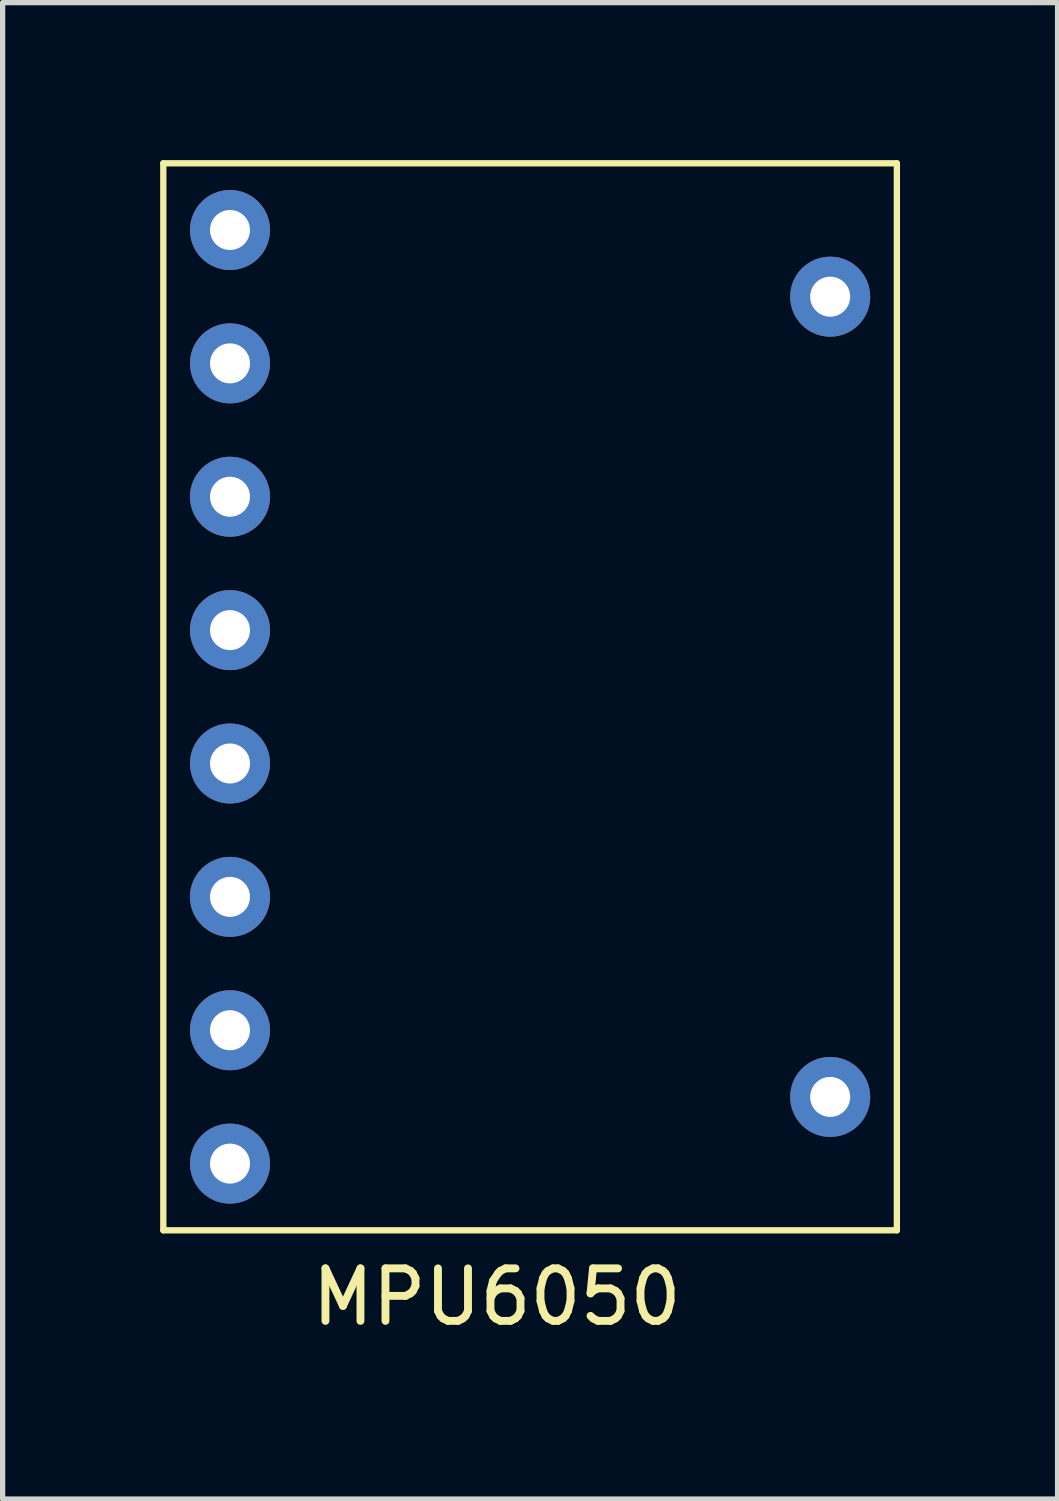
<source format=kicad_pcb>
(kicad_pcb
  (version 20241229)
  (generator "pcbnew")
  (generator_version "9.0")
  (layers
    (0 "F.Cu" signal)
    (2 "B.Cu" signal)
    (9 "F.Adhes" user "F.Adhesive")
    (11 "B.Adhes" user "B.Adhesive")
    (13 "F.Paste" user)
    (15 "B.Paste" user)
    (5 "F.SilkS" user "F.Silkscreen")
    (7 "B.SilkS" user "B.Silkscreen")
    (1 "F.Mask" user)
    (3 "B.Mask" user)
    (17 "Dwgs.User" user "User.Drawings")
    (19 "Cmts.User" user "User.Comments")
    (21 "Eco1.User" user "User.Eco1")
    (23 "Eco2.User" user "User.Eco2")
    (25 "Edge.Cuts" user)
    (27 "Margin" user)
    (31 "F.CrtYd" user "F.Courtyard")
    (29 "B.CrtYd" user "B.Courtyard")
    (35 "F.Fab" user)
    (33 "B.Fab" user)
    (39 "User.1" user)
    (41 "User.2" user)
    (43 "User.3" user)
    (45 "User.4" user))
  (footprint "MPU6050"
    (layer "F.Cu")
    (at 6.41 11.49)
    (property "Reference" "MPU6050" (at 0 10.16 0) (layer "F.SilkS") (effects (font (size 1 1) (thickness 0.15))))
    (attr through_hole)
    (fp_line (start -6.35 -11.43) (end -6.35 8.89) (stroke (width 0.12) (type solid)) (layer "F.SilkS"))
    (fp_line (start -6.35 8.89) (end 7.62 8.89) (stroke (width 0.12) (type solid)) (layer "F.SilkS"))
    (fp_line (start 7.62 -11.43) (end -6.35 -11.43) (stroke (width 0.12) (type solid)) (layer "F.SilkS"))
    (fp_line (start 7.62 8.89) (end 7.62 -11.43) (stroke (width 0.12) (type solid)) (layer "F.SilkS"))
    (pad "" np_thru_hole circle (at 6.35 -8.89) (size 1.524 1.524) (drill 0.762) (layers "*.Cu" "*.Mask"))
    (pad "" np_thru_hole circle (at 6.35 6.35) (size 1.524 1.524) (drill 0.762) (layers "*.Cu" "*.Mask"))
    (pad "1" thru_hole circle (at -5.08 -10.16) (size 1.524 1.524) (drill 0.762) (layers "*.Cu" "*.Mask"))
    (pad "2" thru_hole circle (at -5.08 -7.62) (size 1.524 1.524) (drill 0.762) (layers "*.Cu" "*.Mask"))
    (pad "3" thru_hole circle (at -5.08 -5.08) (size 1.524 1.524) (drill 0.762) (layers "*.Cu" "*.Mask"))
    (pad "4" thru_hole circle (at -5.08 -2.54) (size 1.524 1.524) (drill 0.762) (layers "*.Cu" "*.Mask"))
    (pad "5" thru_hole circle (at -5.08 0) (size 1.524 1.524) (drill 0.762) (layers "*.Cu" "*.Mask"))
    (pad "6" thru_hole circle (at -5.08 2.54) (size 1.524 1.524) (drill 0.762) (layers "*.Cu" "*.Mask"))
    (pad "7" thru_hole circle (at -5.08 5.08) (size 1.524 1.524) (drill 0.762) (layers "*.Cu" "*.Mask"))
    (pad "8" thru_hole circle (at -5.08 7.62) (size 1.524 1.524) (drill 0.762) (layers "*.Cu" "*.Mask")))
  (gr_rect
    (start -3 -3)
    (end 17.09 25.498)
    (stroke (width 0.1) (type default))
    (fill no)
    (layer "Edge.Cuts")))
</source>
